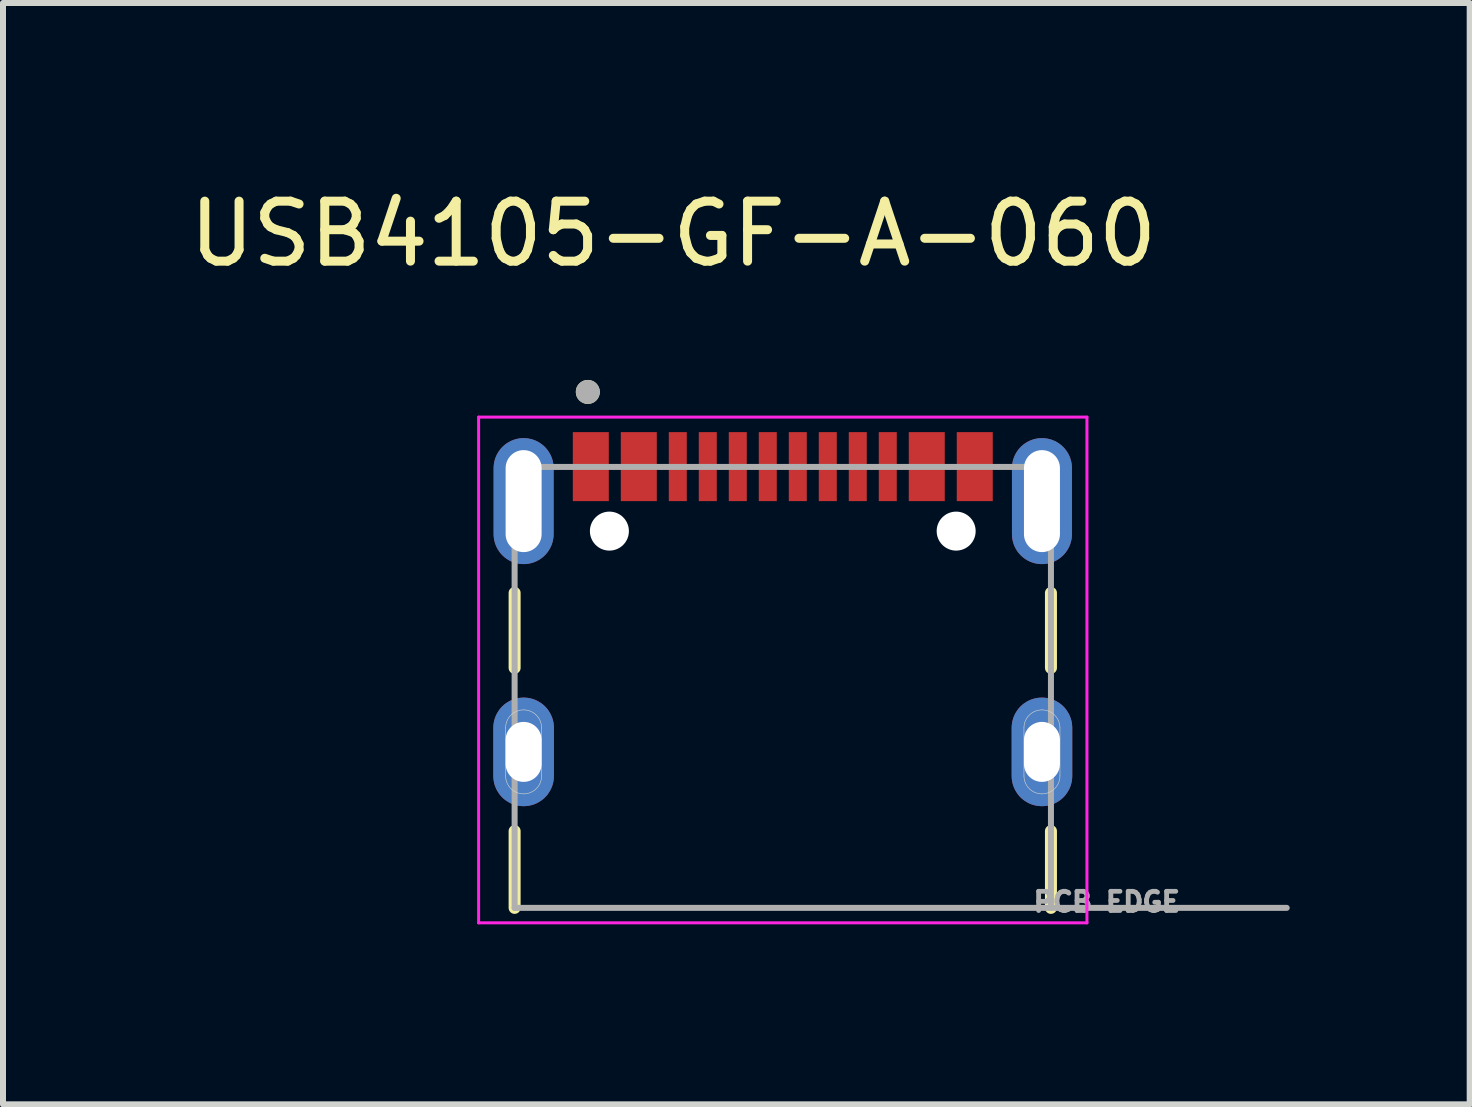
<source format=kicad_pcb>
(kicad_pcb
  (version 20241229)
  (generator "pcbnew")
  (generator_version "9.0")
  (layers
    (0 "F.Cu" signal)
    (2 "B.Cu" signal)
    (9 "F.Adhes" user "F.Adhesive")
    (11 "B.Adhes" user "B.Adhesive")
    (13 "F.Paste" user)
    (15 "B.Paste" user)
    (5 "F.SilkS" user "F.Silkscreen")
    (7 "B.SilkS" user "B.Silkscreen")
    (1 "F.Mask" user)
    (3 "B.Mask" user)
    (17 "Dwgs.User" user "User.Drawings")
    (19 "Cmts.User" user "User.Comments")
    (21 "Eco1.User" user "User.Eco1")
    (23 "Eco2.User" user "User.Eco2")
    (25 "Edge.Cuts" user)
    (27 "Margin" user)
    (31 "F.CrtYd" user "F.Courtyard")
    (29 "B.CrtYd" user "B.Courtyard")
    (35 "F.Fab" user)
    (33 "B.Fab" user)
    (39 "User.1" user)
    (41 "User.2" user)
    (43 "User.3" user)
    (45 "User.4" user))
  (footprint "USB4105-GF-A-060"
    (layer "F.Cu")
    (at 9.998 9.483)
    (property "Reference" "USB4105-GF-A-060" (at -1.825 -8.635 0) (layer "F.SilkS") (effects (font (size 1 1) (thickness 0.15))))
    (attr smd)
    (fp_poly (pts (xy -4.92 0) (xy -4.92 -0.4) (xy -4.919 -0.431) (xy -4.917 -0.463) (xy -4.913 -0.494) (xy -4.907 -0.525) (xy -4.9 -0.555) (xy -4.891 -0.585) (xy -4.88 -0.615) (xy -4.868 -0.644) (xy -4.855 -0.672) (xy -4.84 -0.7) (xy -4.823 -0.727) (xy -4.805 -0.753) (xy -4.786 -0.778) (xy -4.766 -0.801) (xy -4.744 -0.824) (xy -4.721 -0.846) (xy -4.698 -0.866) (xy -4.673 -0.885) (xy -4.647 -0.903) (xy -4.62 -0.92) (xy -4.592 -0.935) (xy -4.564 -0.948) (xy -4.535 -0.96) (xy -4.505 -0.971) (xy -4.475 -0.98) (xy -4.445 -0.987) (xy -4.414 -0.993) (xy -4.383 -0.997) (xy -4.351 -0.999) (xy -4.32 -1) (xy -4.289 -0.999) (xy -4.257 -0.997) (xy -4.226 -0.993) (xy -4.195 -0.987) (xy -4.165 -0.98) (xy -4.135 -0.971) (xy -4.105 -0.96) (xy -4.076 -0.948) (xy -4.048 -0.935) (xy -4.02 -0.92) (xy -3.993 -0.903) (xy -3.967 -0.885) (xy -3.942 -0.866) (xy -3.919 -0.846) (xy -3.896 -0.824) (xy -3.874 -0.801) (xy -3.854 -0.778) (xy -3.835 -0.753) (xy -3.817 -0.727) (xy -3.8 -0.7) (xy -3.785 -0.672) (xy -3.772 -0.644) (xy -3.76 -0.615) (xy -3.749 -0.585) (xy -3.74 -0.555) (xy -3.733 -0.525) (xy -3.727 -0.494) (xy -3.723 -0.463) (xy -3.721 -0.431) (xy -3.72 -0.4) (xy -3.72 0) (xy -3.72 0.4) (xy -3.721 0.431) (xy -3.723 0.463) (xy -3.727 0.494) (xy -3.733 0.525) (xy -3.74 0.555) (xy -3.749 0.585) (xy -3.76 0.615) (xy -3.772 0.644) (xy -3.785 0.672) (xy -3.8 0.7) (xy -3.817 0.727) (xy -3.835 0.753) (xy -3.854 0.778) (xy -3.874 0.801) (xy -3.896 0.824) (xy -3.919 0.846) (xy -3.942 0.866) (xy -3.967 0.885) (xy -3.993 0.903) (xy -4.02 0.92) (xy -4.048 0.935) (xy -4.076 0.948) (xy -4.105 0.96) (xy -4.135 0.971) (xy -4.165 0.98) (xy -4.195 0.987) (xy -4.226 0.993) (xy -4.257 0.997) (xy -4.289 0.999) (xy -4.32 1) (xy -4.351 0.999) (xy -4.383 0.997) (xy -4.414 0.993) (xy -4.445 0.987) (xy -4.475 0.98) (xy -4.505 0.971) (xy -4.535 0.96) (xy -4.564 0.948) (xy -4.592 0.935) (xy -4.62 0.92) (xy -4.647 0.903) (xy -4.673 0.885) (xy -4.698 0.866) (xy -4.721 0.846) (xy -4.744 0.824) (xy -4.766 0.801) (xy -4.786 0.778) (xy -4.805 0.753) (xy -4.823 0.727) (xy -4.84 0.7) (xy -4.855 0.672) (xy -4.868 0.644) (xy -4.88 0.615) (xy -4.891 0.585) (xy -4.9 0.555) (xy -4.907 0.525) (xy -4.913 0.494) (xy -4.917 0.463) (xy -4.919 0.431) (xy -4.92 0.4) (xy -4.92 0)) (stroke (width 0.01) (type solid)) (fill yes) (layer "F.Mask"))
    (fp_poly (pts (xy 3.72 0) (xy 3.72 -0.4) (xy 3.721 -0.431) (xy 3.723 -0.463) (xy 3.727 -0.494) (xy 3.733 -0.525) (xy 3.74 -0.555) (xy 3.749 -0.585) (xy 3.76 -0.615) (xy 3.772 -0.644) (xy 3.785 -0.672) (xy 3.8 -0.7) (xy 3.817 -0.727) (xy 3.835 -0.753) (xy 3.854 -0.778) (xy 3.874 -0.801) (xy 3.896 -0.824) (xy 3.919 -0.846) (xy 3.942 -0.866) (xy 3.967 -0.885) (xy 3.993 -0.903) (xy 4.02 -0.92) (xy 4.048 -0.935) (xy 4.076 -0.948) (xy 4.105 -0.96) (xy 4.135 -0.971) (xy 4.165 -0.98) (xy 4.195 -0.987) (xy 4.226 -0.993) (xy 4.257 -0.997) (xy 4.289 -0.999) (xy 4.32 -1) (xy 4.351 -0.999) (xy 4.383 -0.997) (xy 4.414 -0.993) (xy 4.445 -0.987) (xy 4.475 -0.98) (xy 4.505 -0.971) (xy 4.535 -0.96) (xy 4.564 -0.948) (xy 4.592 -0.935) (xy 4.62 -0.92) (xy 4.647 -0.903) (xy 4.673 -0.885) (xy 4.698 -0.866) (xy 4.721 -0.846) (xy 4.744 -0.824) (xy 4.766 -0.801) (xy 4.786 -0.778) (xy 4.805 -0.753) (xy 4.823 -0.727) (xy 4.84 -0.7) (xy 4.855 -0.672) (xy 4.868 -0.644) (xy 4.88 -0.615) (xy 4.891 -0.585) (xy 4.9 -0.555) (xy 4.907 -0.525) (xy 4.913 -0.494) (xy 4.917 -0.463) (xy 4.919 -0.431) (xy 4.92 -0.4) (xy 4.92 0) (xy 4.92 0.4) (xy 4.919 0.431) (xy 4.917 0.463) (xy 4.913 0.494) (xy 4.907 0.525) (xy 4.9 0.555) (xy 4.891 0.585) (xy 4.88 0.615) (xy 4.868 0.644) (xy 4.855 0.672) (xy 4.84 0.7) (xy 4.823 0.727) (xy 4.805 0.753) (xy 4.786 0.778) (xy 4.766 0.801) (xy 4.744 0.824) (xy 4.721 0.846) (xy 4.698 0.866) (xy 4.673 0.885) (xy 4.647 0.903) (xy 4.62 0.92) (xy 4.592 0.935) (xy 4.564 0.948) (xy 4.535 0.96) (xy 4.505 0.971) (xy 4.475 0.98) (xy 4.445 0.987) (xy 4.414 0.993) (xy 4.383 0.997) (xy 4.351 0.999) (xy 4.32 1) (xy 4.289 0.999) (xy 4.257 0.997) (xy 4.226 0.993) (xy 4.195 0.987) (xy 4.165 0.98) (xy 4.135 0.971) (xy 4.105 0.96) (xy 4.076 0.948) (xy 4.048 0.935) (xy 4.02 0.92) (xy 3.993 0.903) (xy 3.967 0.885) (xy 3.942 0.866) (xy 3.919 0.846) (xy 3.896 0.824) (xy 3.874 0.801) (xy 3.854 0.778) (xy 3.835 0.753) (xy 3.817 0.727) (xy 3.8 0.7) (xy 3.785 0.672) (xy 3.772 0.644) (xy 3.76 0.615) (xy 3.749 0.585) (xy 3.74 0.555) (xy 3.733 0.525) (xy 3.727 0.494) (xy 3.723 0.463) (xy 3.721 0.431) (xy 3.72 0.4) (xy 3.72 0)) (stroke (width 0.01) (type solid)) (fill yes) (layer "F.Mask"))
    (fp_poly (pts (xy -4.92 0) (xy -4.92 -0.4) (xy -4.919 -0.431) (xy -4.917 -0.463) (xy -4.913 -0.494) (xy -4.907 -0.525) (xy -4.9 -0.555) (xy -4.891 -0.585) (xy -4.88 -0.615) (xy -4.868 -0.644) (xy -4.855 -0.672) (xy -4.84 -0.7) (xy -4.823 -0.727) (xy -4.805 -0.753) (xy -4.786 -0.778) (xy -4.766 -0.801) (xy -4.744 -0.824) (xy -4.721 -0.846) (xy -4.698 -0.866) (xy -4.673 -0.885) (xy -4.647 -0.903) (xy -4.62 -0.92) (xy -4.592 -0.935) (xy -4.564 -0.948) (xy -4.535 -0.96) (xy -4.505 -0.971) (xy -4.475 -0.98) (xy -4.445 -0.987) (xy -4.414 -0.993) (xy -4.383 -0.997) (xy -4.351 -0.999) (xy -4.32 -1) (xy -4.289 -0.999) (xy -4.257 -0.997) (xy -4.226 -0.993) (xy -4.195 -0.987) (xy -4.165 -0.98) (xy -4.135 -0.971) (xy -4.105 -0.96) (xy -4.076 -0.948) (xy -4.048 -0.935) (xy -4.02 -0.92) (xy -3.993 -0.903) (xy -3.967 -0.885) (xy -3.942 -0.866) (xy -3.919 -0.846) (xy -3.896 -0.824) (xy -3.874 -0.801) (xy -3.854 -0.778) (xy -3.835 -0.753) (xy -3.817 -0.727) (xy -3.8 -0.7) (xy -3.785 -0.672) (xy -3.772 -0.644) (xy -3.76 -0.615) (xy -3.749 -0.585) (xy -3.74 -0.555) (xy -3.733 -0.525) (xy -3.727 -0.494) (xy -3.723 -0.463) (xy -3.721 -0.431) (xy -3.72 -0.4) (xy -3.72 0) (xy -3.72 0.4) (xy -3.721 0.431) (xy -3.723 0.463) (xy -3.727 0.494) (xy -3.733 0.525) (xy -3.74 0.555) (xy -3.749 0.585) (xy -3.76 0.615) (xy -3.772 0.644) (xy -3.785 0.672) (xy -3.8 0.7) (xy -3.817 0.727) (xy -3.835 0.753) (xy -3.854 0.778) (xy -3.874 0.801) (xy -3.896 0.824) (xy -3.919 0.846) (xy -3.942 0.866) (xy -3.967 0.885) (xy -3.993 0.903) (xy -4.02 0.92) (xy -4.048 0.935) (xy -4.076 0.948) (xy -4.105 0.96) (xy -4.135 0.971) (xy -4.165 0.98) (xy -4.195 0.987) (xy -4.226 0.993) (xy -4.257 0.997) (xy -4.289 0.999) (xy -4.32 1) (xy -4.351 0.999) (xy -4.383 0.997) (xy -4.414 0.993) (xy -4.445 0.987) (xy -4.475 0.98) (xy -4.505 0.971) (xy -4.535 0.96) (xy -4.564 0.948) (xy -4.592 0.935) (xy -4.62 0.92) (xy -4.647 0.903) (xy -4.673 0.885) (xy -4.698 0.866) (xy -4.721 0.846) (xy -4.744 0.824) (xy -4.766 0.801) (xy -4.786 0.778) (xy -4.805 0.753) (xy -4.823 0.727) (xy -4.84 0.7) (xy -4.855 0.672) (xy -4.868 0.644) (xy -4.88 0.615) (xy -4.891 0.585) (xy -4.9 0.555) (xy -4.907 0.525) (xy -4.913 0.494) (xy -4.917 0.463) (xy -4.919 0.431) (xy -4.92 0.4) (xy -4.92 0)) (stroke (width 0.01) (type solid)) (fill yes) (layer "B.Mask"))
    (fp_poly (pts (xy 3.72 0) (xy 3.72 -0.4) (xy 3.721 -0.431) (xy 3.723 -0.463) (xy 3.727 -0.494) (xy 3.733 -0.525) (xy 3.74 -0.555) (xy 3.749 -0.585) (xy 3.76 -0.615) (xy 3.772 -0.644) (xy 3.785 -0.672) (xy 3.8 -0.7) (xy 3.817 -0.727) (xy 3.835 -0.753) (xy 3.854 -0.778) (xy 3.874 -0.801) (xy 3.896 -0.824) (xy 3.919 -0.846) (xy 3.942 -0.866) (xy 3.967 -0.885) (xy 3.993 -0.903) (xy 4.02 -0.92) (xy 4.048 -0.935) (xy 4.076 -0.948) (xy 4.105 -0.96) (xy 4.135 -0.971) (xy 4.165 -0.98) (xy 4.195 -0.987) (xy 4.226 -0.993) (xy 4.257 -0.997) (xy 4.289 -0.999) (xy 4.32 -1) (xy 4.351 -0.999) (xy 4.383 -0.997) (xy 4.414 -0.993) (xy 4.445 -0.987) (xy 4.475 -0.98) (xy 4.505 -0.971) (xy 4.535 -0.96) (xy 4.564 -0.948) (xy 4.592 -0.935) (xy 4.62 -0.92) (xy 4.647 -0.903) (xy 4.673 -0.885) (xy 4.698 -0.866) (xy 4.721 -0.846) (xy 4.744 -0.824) (xy 4.766 -0.801) (xy 4.786 -0.778) (xy 4.805 -0.753) (xy 4.823 -0.727) (xy 4.84 -0.7) (xy 4.855 -0.672) (xy 4.868 -0.644) (xy 4.88 -0.615) (xy 4.891 -0.585) (xy 4.9 -0.555) (xy 4.907 -0.525) (xy 4.913 -0.494) (xy 4.917 -0.463) (xy 4.919 -0.431) (xy 4.92 -0.4) (xy 4.92 0) (xy 4.92 0.4) (xy 4.919 0.431) (xy 4.917 0.463) (xy 4.913 0.494) (xy 4.907 0.525) (xy 4.9 0.555) (xy 4.891 0.585) (xy 4.88 0.615) (xy 4.868 0.644) (xy 4.855 0.672) (xy 4.84 0.7) (xy 4.823 0.727) (xy 4.805 0.753) (xy 4.786 0.778) (xy 4.766 0.801) (xy 4.744 0.824) (xy 4.721 0.846) (xy 4.698 0.866) (xy 4.673 0.885) (xy 4.647 0.903) (xy 4.62 0.92) (xy 4.592 0.935) (xy 4.564 0.948) (xy 4.535 0.96) (xy 4.505 0.971) (xy 4.475 0.98) (xy 4.445 0.987) (xy 4.414 0.993) (xy 4.383 0.997) (xy 4.351 0.999) (xy 4.32 1) (xy 4.289 0.999) (xy 4.257 0.997) (xy 4.226 0.993) (xy 4.195 0.987) (xy 4.165 0.98) (xy 4.135 0.971) (xy 4.105 0.96) (xy 4.076 0.948) (xy 4.048 0.935) (xy 4.02 0.92) (xy 3.993 0.903) (xy 3.967 0.885) (xy 3.942 0.866) (xy 3.919 0.846) (xy 3.896 0.824) (xy 3.874 0.801) (xy 3.854 0.778) (xy 3.835 0.753) (xy 3.817 0.727) (xy 3.8 0.7) (xy 3.785 0.672) (xy 3.772 0.644) (xy 3.76 0.615) (xy 3.749 0.585) (xy 3.74 0.555) (xy 3.733 0.525) (xy 3.727 0.494) (xy 3.723 0.463) (xy 3.721 0.431) (xy 3.72 0.4) (xy 3.72 0)) (stroke (width 0.01) (type solid)) (fill yes) (layer "B.Mask"))
    (fp_line (start -4.47 -2.65) (end -4.47 -1.4) (stroke (width 0.2) (type solid)) (layer "F.SilkS"))
    (fp_line (start -4.47 1.32) (end -4.47 2.6) (stroke (width 0.2) (type solid)) (layer "F.SilkS"))
    (fp_line (start 4.47 -2.65) (end 4.47 -1.4) (stroke (width 0.2) (type solid)) (layer "F.SilkS"))
    (fp_line (start 4.47 2.6) (end 4.47 1.32) (stroke (width 0.2) (type solid)) (layer "F.SilkS"))
    (fp_circle (center -3.25 -6) (end -3.15 -6) (stroke (width 0.2) (type solid)) (fill no) (layer "F.SilkS"))
    (fp_line (start -4.62 0.4) (end -4.62 -0.4) (stroke (width 0.01) (type solid)) (layer "Edge.Cuts"))
    (fp_line (start -4.02 -0.4) (end -4.02 0.4) (stroke (width 0.01) (type solid)) (layer "Edge.Cuts"))
    (fp_line (start 4.02 0.4) (end 4.02 -0.4) (stroke (width 0.01) (type solid)) (layer "Edge.Cuts"))
    (fp_line (start 4.62 -0.4) (end 4.62 0.4) (stroke (width 0.01) (type solid)) (layer "Edge.Cuts"))
    (fp_arc (start -4.62 -0.4) (mid -4.532132 -0.612132) (end -4.32 -0.7) (stroke (width 0.01) (type solid)) (layer "Edge.Cuts"))
    (fp_arc (start -4.32 -0.7) (mid -4.107868 -0.612132) (end -4.02 -0.4) (stroke (width 0.01) (type solid)) (layer "Edge.Cuts"))
    (fp_arc (start -4.32 0.7) (mid -4.532132 0.612132) (end -4.62 0.4) (stroke (width 0.01) (type solid)) (layer "Edge.Cuts"))
    (fp_arc (start -4.02 0.4) (mid -4.107868 0.612132) (end -4.32 0.7) (stroke (width 0.01) (type solid)) (layer "Edge.Cuts"))
    (fp_arc (start 4.02 -0.4) (mid 4.107868 -0.612132) (end 4.32 -0.7) (stroke (width 0.01) (type solid)) (layer "Edge.Cuts"))
    (fp_arc (start 4.32 -0.7) (mid 4.532132 -0.612132) (end 4.62 -0.4) (stroke (width 0.01) (type solid)) (layer "Edge.Cuts"))
    (fp_arc (start 4.32 0.7) (mid 4.107868 0.612132) (end 4.02 0.4) (stroke (width 0.01) (type solid)) (layer "Edge.Cuts"))
    (fp_arc (start 4.62 0.4) (mid 4.532132 0.612132) (end 4.32 0.7) (stroke (width 0.01) (type solid)) (layer "Edge.Cuts"))
    (fp_line (start -5.07 -5.58) (end -5.07 2.85) (stroke (width 0.05) (type solid)) (layer "F.CrtYd"))
    (fp_line (start -5.07 2.85) (end 5.07 2.85) (stroke (width 0.05) (type solid)) (layer "F.CrtYd"))
    (fp_line (start 5.07 -5.58) (end -5.07 -5.58) (stroke (width 0.05) (type solid)) (layer "F.CrtYd"))
    (fp_line (start 5.07 2.85) (end 5.07 -5.58) (stroke (width 0.05) (type solid)) (layer "F.CrtYd"))
    (fp_line (start -4.47 -4.75) (end 4.47 -4.75) (stroke (width 0.1) (type solid)) (layer "F.Fab"))
    (fp_line (start -4.47 2.6) (end -4.47 -4.75) (stroke (width 0.1) (type solid)) (layer "F.Fab"))
    (fp_line (start 4.47 -4.75) (end 4.47 2.6) (stroke (width 0.1) (type solid)) (layer "F.Fab"))
    (fp_line (start 4.47 2.6) (end -4.47 2.6) (stroke (width 0.1) (type solid)) (layer "F.Fab"))
    (fp_line (start 4.47 2.6) (end 8.4 2.6) (stroke (width 0.1) (type solid)) (layer "F.Fab"))
    (fp_circle (center -3.25 -6) (end -3.15 -6) (stroke (width 0.2) (type solid)) (fill no) (layer "F.Fab"))
    (fp_text user "PCB EDGE" (at 5.4 2.5 0) (layer "F.Fab") (effects (font (size 0.32 0.32) (thickness 0.15))))
    (pad "" np_thru_hole circle (at -2.89 -3.68) (size 0.65 0.65) (drill 0.65) (layers "*.Cu" "*.Mask"))
    (pad "" np_thru_hole circle (at 2.89 -3.68) (size 0.65 0.65) (drill 0.65) (layers "*.Cu" "*.Mask"))
    (pad "A1_B12" smd rect (at -3.2 -4.755) (size 0.6 1.15) (layers "F.Cu" "F.Mask" "F.Paste"))
    (pad "A4_B9" smd rect (at -2.4 -4.755) (size 0.6 1.15) (layers "F.Cu" "F.Mask" "F.Paste"))
    (pad "A5" smd rect (at -1.25 -4.755) (size 0.3 1.15) (layers "F.Cu" "F.Mask" "F.Paste"))
    (pad "A6" smd rect (at -0.25 -4.755) (size 0.3 1.15) (layers "F.Cu" "F.Mask" "F.Paste"))
    (pad "A7" smd rect (at 0.25 -4.755) (size 0.3 1.15) (layers "F.Cu" "F.Mask" "F.Paste"))
    (pad "A8" smd rect (at 1.25 -4.755) (size 0.3 1.15) (layers "F.Cu" "F.Mask" "F.Paste"))
    (pad "B1_A12" smd rect (at 3.2 -4.755) (size 0.6 1.15) (layers "F.Cu" "F.Mask" "F.Paste"))
    (pad "B4_A9" smd rect (at 2.4 -4.755) (size 0.6 1.15) (layers "F.Cu" "F.Mask" "F.Paste"))
    (pad "B5" smd rect (at 1.75 -4.755) (size 0.3 1.15) (layers "F.Cu" "F.Mask" "F.Paste"))
    (pad "B6" smd rect (at 0.75 -4.755) (size 0.3 1.15) (layers "F.Cu" "F.Mask" "F.Paste"))
    (pad "B7" smd rect (at -0.75 -4.755) (size 0.3 1.15) (layers "F.Cu" "F.Mask" "F.Paste"))
    (pad "B8" smd rect (at -1.75 -4.755) (size 0.3 1.15) (layers "F.Cu" "F.Mask" "F.Paste"))
    (pad "SH1" thru_hole oval (at -4.32 -4.18) (size 1 2.1) (drill oval 0.6 1.7) (layers "*.Cu" "*.Mask"))
    (pad "SH2" thru_hole oval (at 4.32 -4.18) (size 1 2.1) (drill oval 0.6 1.7) (layers "*.Cu" "*.Mask"))
    (pad "SH3" thru_hole custom (at -4.32 0) (size 1 1) (drill oval 0.6 1.4) (layers "*.Cu") (options (anchor circle)) (primitives (gr_poly (pts (xy -0.5 0) (xy -0.5 -0.4) (xy -0.499 -0.426) (xy -0.497 -0.452) (xy -0.494 -0.478) (xy -0.489 -0.504) (xy -0.483 -0.529) (xy -0.476 -0.555) (xy -0.467 -0.579) (xy -0.457 -0.603) (xy -0.446 -0.627) (xy -0.433 -0.65) (xy -0.419 -0.672) (xy -0.405 -0.694) (xy -0.389 -0.715) (xy -0.372 -0.735) (xy -0.354 -0.754) (xy -0.335 -0.772) (xy -0.315 -0.789) (xy -0.294 -0.805) (xy -0.272 -0.819) (xy -0.25 -0.833) (xy -0.227 -0.846) (xy -0.203 -0.857) (xy -0.179 -0.867) (xy -0.155 -0.876) (xy -0.129 -0.883) (xy -0.104 -0.889) (xy -0.078 -0.894) (xy -0.052 -0.897) (xy -0.026 -0.899) (xy 0 -0.9) (xy 0.026 -0.899) (xy 0.052 -0.897) (xy 0.078 -0.894) (xy 0.104 -0.889) (xy 0.129 -0.883) (xy 0.155 -0.876) (xy 0.179 -0.867) (xy 0.203 -0.857) (xy 0.227 -0.846) (xy 0.25 -0.833) (xy 0.272 -0.819) (xy 0.294 -0.805) (xy 0.315 -0.789) (xy 0.335 -0.772) (xy 0.354 -0.754) (xy 0.372 -0.735) (xy 0.389 -0.715) (xy 0.405 -0.694) (xy 0.419 -0.672) (xy 0.433 -0.65) (xy 0.446 -0.627) (xy 0.457 -0.603) (xy 0.467 -0.579) (xy 0.476 -0.555) (xy 0.483 -0.529) (xy 0.489 -0.504) (xy 0.494 -0.478) (xy 0.497 -0.452) (xy 0.499 -0.426) (xy 0.5 -0.4) (xy 0.5 0) (xy 0.5 0.4) (xy 0.499 0.426) (xy 0.497 0.452) (xy 0.494 0.478) (xy 0.489 0.504) (xy 0.483 0.529) (xy 0.476 0.555) (xy 0.467 0.579) (xy 0.457 0.603) (xy 0.446 0.627) (xy 0.433 0.65) (xy 0.419 0.672) (xy 0.405 0.694) (xy 0.389 0.715) (xy 0.372 0.735) (xy 0.354 0.754) (xy 0.335 0.772) (xy 0.315 0.789) (xy 0.294 0.805) (xy 0.272 0.819) (xy 0.25 0.833) (xy 0.227 0.846) (xy 0.203 0.857) (xy 0.179 0.867) (xy 0.155 0.876) (xy 0.129 0.883) (xy 0.104 0.889) (xy 0.078 0.894) (xy 0.052 0.897) (xy 0.026 0.899) (xy 0 0.9) (xy -0.026 0.899) (xy -0.052 0.897) (xy -0.078 0.894) (xy -0.104 0.889) (xy -0.129 0.883) (xy -0.155 0.876) (xy -0.179 0.867) (xy -0.203 0.857) (xy -0.227 0.846) (xy -0.25 0.833) (xy -0.272 0.819) (xy -0.294 0.805) (xy -0.315 0.789) (xy -0.335 0.772) (xy -0.354 0.754) (xy -0.372 0.735) (xy -0.389 0.715) (xy -0.405 0.694) (xy -0.419 0.672) (xy -0.433 0.65) (xy -0.446 0.627) (xy -0.457 0.603) (xy -0.467 0.579) (xy -0.476 0.555) (xy -0.483 0.529) (xy -0.489 0.504) (xy -0.494 0.478) (xy -0.497 0.452) (xy -0.499 0.426) (xy -0.5 0.4) (xy -0.5 0)) (width 0.01) (fill yes))))
    (pad "SH4" thru_hole custom (at 4.32 0) (size 1 1) (drill oval 0.6 1.4) (layers "*.Cu") (options (anchor circle)) (primitives (gr_poly (pts (xy -0.5 0) (xy -0.5 -0.4) (xy -0.499 -0.426) (xy -0.497 -0.452) (xy -0.494 -0.478) (xy -0.489 -0.504) (xy -0.483 -0.529) (xy -0.476 -0.555) (xy -0.467 -0.579) (xy -0.457 -0.603) (xy -0.446 -0.627) (xy -0.433 -0.65) (xy -0.419 -0.672) (xy -0.405 -0.694) (xy -0.389 -0.715) (xy -0.372 -0.735) (xy -0.354 -0.754) (xy -0.335 -0.772) (xy -0.315 -0.789) (xy -0.294 -0.805) (xy -0.272 -0.819) (xy -0.25 -0.833) (xy -0.227 -0.846) (xy -0.203 -0.857) (xy -0.179 -0.867) (xy -0.155 -0.876) (xy -0.129 -0.883) (xy -0.104 -0.889) (xy -0.078 -0.894) (xy -0.052 -0.897) (xy -0.026 -0.899) (xy 0 -0.9) (xy 0.026 -0.899) (xy 0.052 -0.897) (xy 0.078 -0.894) (xy 0.104 -0.889) (xy 0.129 -0.883) (xy 0.155 -0.876) (xy 0.179 -0.867) (xy 0.203 -0.857) (xy 0.227 -0.846) (xy 0.25 -0.833) (xy 0.272 -0.819) (xy 0.294 -0.805) (xy 0.315 -0.789) (xy 0.335 -0.772) (xy 0.354 -0.754) (xy 0.372 -0.735) (xy 0.389 -0.715) (xy 0.405 -0.694) (xy 0.419 -0.672) (xy 0.433 -0.65) (xy 0.446 -0.627) (xy 0.457 -0.603) (xy 0.467 -0.579) (xy 0.476 -0.555) (xy 0.483 -0.529) (xy 0.489 -0.504) (xy 0.494 -0.478) (xy 0.497 -0.452) (xy 0.499 -0.426) (xy 0.5 -0.4) (xy 0.5 0) (xy 0.5 0.4) (xy 0.499 0.426) (xy 0.497 0.452) (xy 0.494 0.478) (xy 0.489 0.504) (xy 0.483 0.529) (xy 0.476 0.555) (xy 0.467 0.579) (xy 0.457 0.603) (xy 0.446 0.627) (xy 0.433 0.65) (xy 0.419 0.672) (xy 0.405 0.694) (xy 0.389 0.715) (xy 0.372 0.735) (xy 0.354 0.754) (xy 0.335 0.772) (xy 0.315 0.789) (xy 0.294 0.805) (xy 0.272 0.819) (xy 0.25 0.833) (xy 0.227 0.846) (xy 0.203 0.857) (xy 0.179 0.867) (xy 0.155 0.876) (xy 0.129 0.883) (xy 0.104 0.889) (xy 0.078 0.894) (xy 0.052 0.897) (xy 0.026 0.899) (xy 0 0.9) (xy -0.026 0.899) (xy -0.052 0.897) (xy -0.078 0.894) (xy -0.104 0.889) (xy -0.129 0.883) (xy -0.155 0.876) (xy -0.179 0.867) (xy -0.203 0.857) (xy -0.227 0.846) (xy -0.25 0.833) (xy -0.272 0.819) (xy -0.294 0.805) (xy -0.315 0.789) (xy -0.335 0.772) (xy -0.354 0.754) (xy -0.372 0.735) (xy -0.389 0.715) (xy -0.405 0.694) (xy -0.419 0.672) (xy -0.433 0.65) (xy -0.446 0.627) (xy -0.457 0.603) (xy -0.467 0.579) (xy -0.476 0.555) (xy -0.483 0.529) (xy -0.489 0.504) (xy -0.494 0.478) (xy -0.497 0.452) (xy -0.499 0.426) (xy -0.5 0.4) (xy -0.5 0)) (width 0.01) (fill yes)))))
  (gr_rect
    (start -3 -3)
    (end 21.448 15.358)
    (stroke (width 0.1) (type default))
    (fill no)
    (layer "Edge.Cuts")))
</source>
